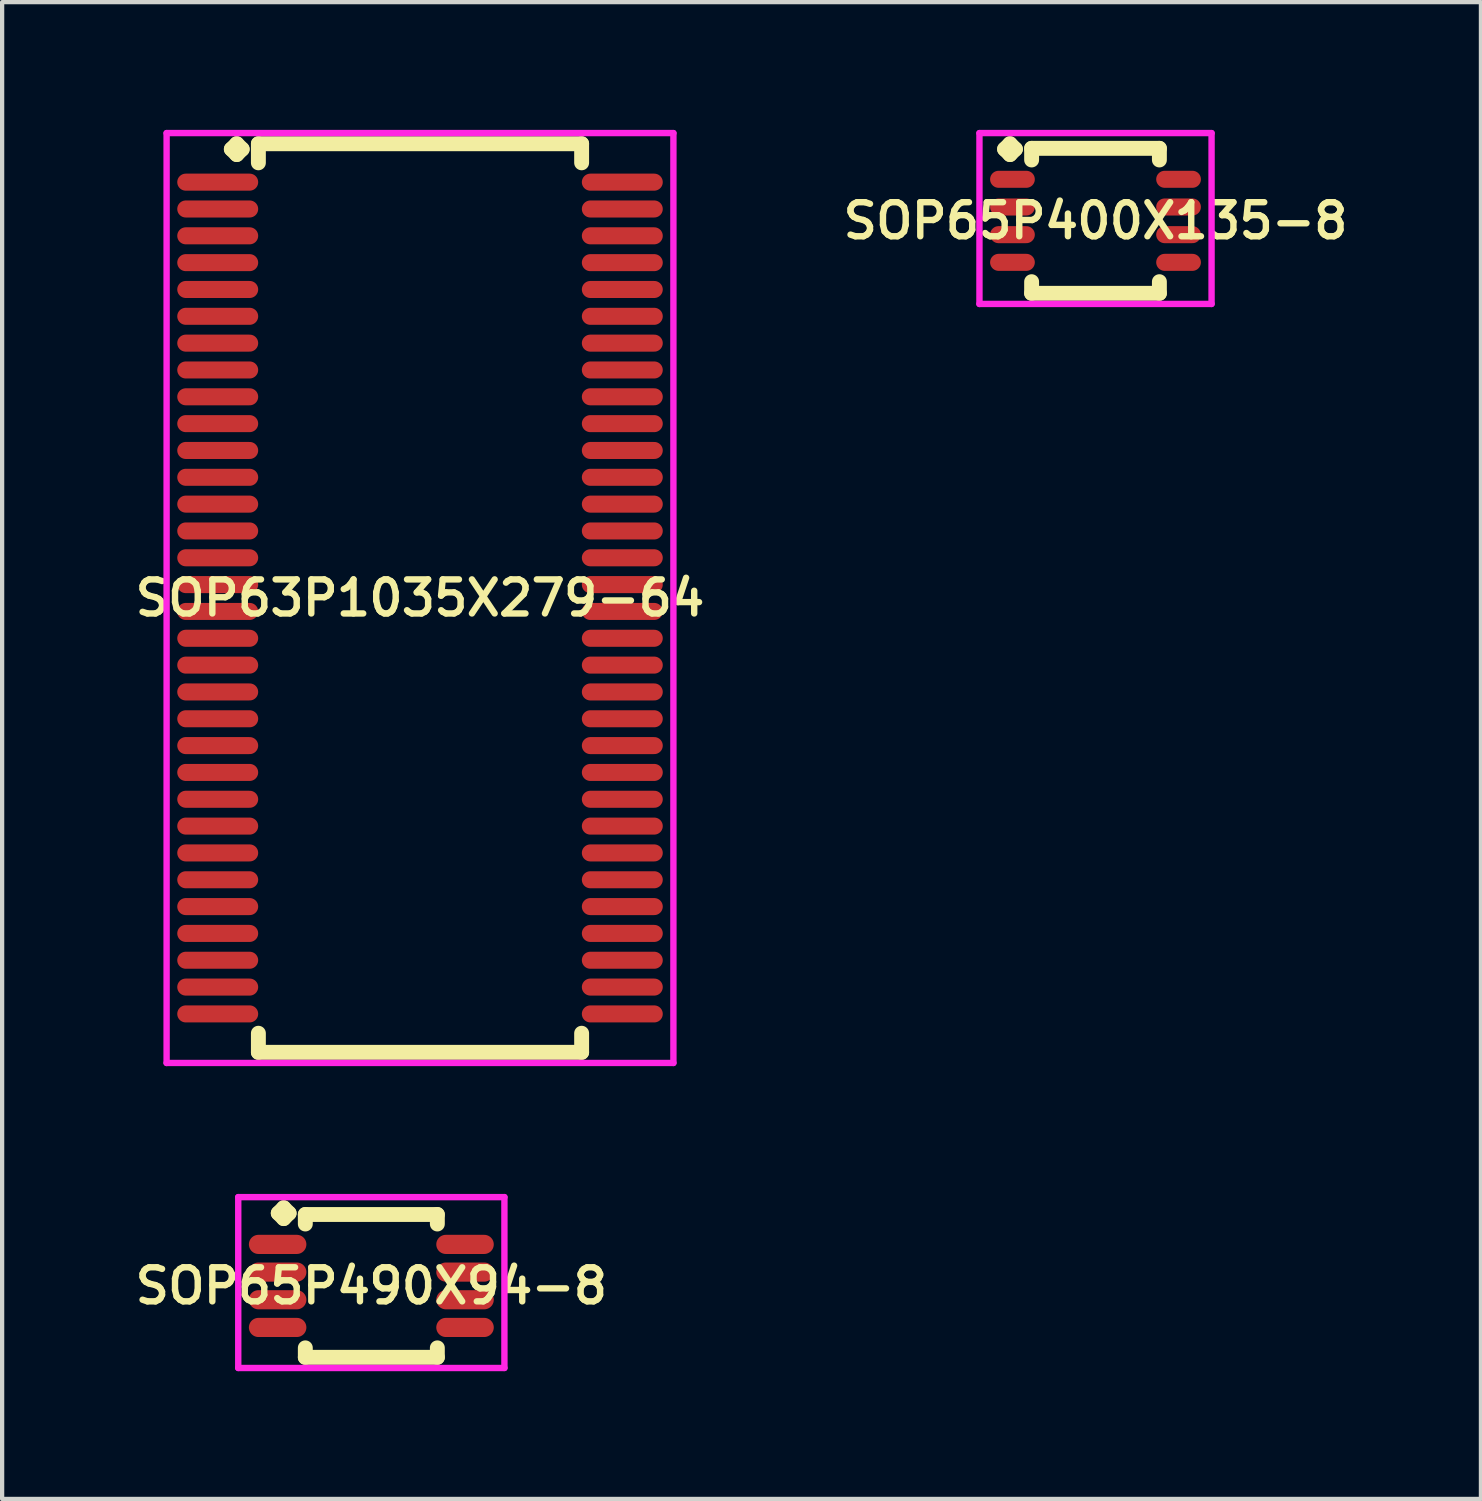
<source format=kicad_pcb>
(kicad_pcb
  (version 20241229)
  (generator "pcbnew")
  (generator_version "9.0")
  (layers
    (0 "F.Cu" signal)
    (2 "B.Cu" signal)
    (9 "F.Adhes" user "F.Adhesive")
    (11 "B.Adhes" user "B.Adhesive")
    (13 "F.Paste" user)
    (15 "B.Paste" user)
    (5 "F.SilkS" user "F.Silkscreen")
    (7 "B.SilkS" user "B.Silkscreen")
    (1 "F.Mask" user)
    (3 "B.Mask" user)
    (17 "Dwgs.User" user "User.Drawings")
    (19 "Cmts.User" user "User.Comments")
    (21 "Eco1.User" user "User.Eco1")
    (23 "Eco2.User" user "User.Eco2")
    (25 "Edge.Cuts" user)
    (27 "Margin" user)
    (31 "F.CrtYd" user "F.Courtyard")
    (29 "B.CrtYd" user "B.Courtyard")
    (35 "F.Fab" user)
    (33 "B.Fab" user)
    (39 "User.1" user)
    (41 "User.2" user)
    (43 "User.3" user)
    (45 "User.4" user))
  (footprint "SOP63P1035X279-64"
    (layer "F.Cu")
    (at 6.812 10.992)
    (property "Reference" "SOP63P1035X279-64" (at 0 0 0) (layer "F.SilkS") (effects (font (size 0.8 0.8) (thickness 0.15))))
    (attr smd)
    (fp_line (start -4.43 -10.54) (end -4.303 -10.667) (stroke (width 0.35) (type solid)) (layer "F.SilkS"))
    (fp_line (start -4.303 -10.667) (end -4.176 -10.54) (stroke (width 0.35) (type solid)) (layer "F.SilkS"))
    (fp_line (start -4.303 -10.413) (end -4.43 -10.54) (stroke (width 0.35) (type solid)) (layer "F.SilkS"))
    (fp_line (start -4.176 -10.54) (end -4.303 -10.413) (stroke (width 0.35) (type solid)) (layer "F.SilkS"))
    (fp_line (start -3.795 -10.667) (end 3.795 -10.667) (stroke (width 0.35) (type solid)) (layer "F.SilkS"))
    (fp_line (start -3.795 -10.219) (end -3.795 -10.667) (stroke (width 0.35) (type solid)) (layer "F.SilkS"))
    (fp_line (start -3.795 10.219) (end -3.795 10.667) (stroke (width 0.35) (type solid)) (layer "F.SilkS"))
    (fp_line (start -3.795 10.667) (end 3.795 10.667) (stroke (width 0.35) (type solid)) (layer "F.SilkS"))
    (fp_line (start 3.795 -10.667) (end 3.795 -10.219) (stroke (width 0.35) (type solid)) (layer "F.SilkS"))
    (fp_line (start 3.795 10.667) (end 3.795 10.219) (stroke (width 0.35) (type solid)) (layer "F.SilkS"))
    (fp_line (start -5.95 -10.917) (end 5.95 -10.917) (stroke (width 0.15) (type solid)) (layer "F.CrtYd"))
    (fp_line (start -5.95 10.917) (end -5.95 -10.917) (stroke (width 0.15) (type solid)) (layer "F.CrtYd"))
    (fp_line (start 5.95 -10.917) (end 5.95 10.917) (stroke (width 0.15) (type solid)) (layer "F.CrtYd"))
    (fp_line (start 5.95 10.917) (end -5.95 10.917) (stroke (width 0.15) (type solid)) (layer "F.CrtYd"))
    (pad "1" smd oval (at -4.75 -9.765) (size 1.9 0.4) (layers "F.Cu" "F.Mask" "F.Paste"))
    (pad "2" smd oval (at -4.75 -9.135) (size 1.9 0.4) (layers "F.Cu" "F.Mask" "F.Paste"))
    (pad "3" smd oval (at -4.75 -8.505) (size 1.9 0.4) (layers "F.Cu" "F.Mask" "F.Paste"))
    (pad "4" smd oval (at -4.75 -7.875) (size 1.9 0.4) (layers "F.Cu" "F.Mask" "F.Paste"))
    (pad "5" smd oval (at -4.75 -7.245) (size 1.9 0.4) (layers "F.Cu" "F.Mask" "F.Paste"))
    (pad "6" smd oval (at -4.75 -6.615) (size 1.9 0.4) (layers "F.Cu" "F.Mask" "F.Paste"))
    (pad "7" smd oval (at -4.75 -5.985) (size 1.9 0.4) (layers "F.Cu" "F.Mask" "F.Paste"))
    (pad "8" smd oval (at -4.75 -5.355) (size 1.9 0.4) (layers "F.Cu" "F.Mask" "F.Paste"))
    (pad "9" smd oval (at -4.75 -4.725) (size 1.9 0.4) (layers "F.Cu" "F.Mask" "F.Paste"))
    (pad "10" smd oval (at -4.75 -4.095) (size 1.9 0.4) (layers "F.Cu" "F.Mask" "F.Paste"))
    (pad "11" smd oval (at -4.75 -3.465) (size 1.9 0.4) (layers "F.Cu" "F.Mask" "F.Paste"))
    (pad "12" smd oval (at -4.75 -2.835) (size 1.9 0.4) (layers "F.Cu" "F.Mask" "F.Paste"))
    (pad "13" smd oval (at -4.75 -2.205) (size 1.9 0.4) (layers "F.Cu" "F.Mask" "F.Paste"))
    (pad "14" smd oval (at -4.75 -1.575) (size 1.9 0.4) (layers "F.Cu" "F.Mask" "F.Paste"))
    (pad "15" smd oval (at -4.75 -0.945) (size 1.9 0.4) (layers "F.Cu" "F.Mask" "F.Paste"))
    (pad "16" smd oval (at -4.75 -0.315) (size 1.9 0.4) (layers "F.Cu" "F.Mask" "F.Paste"))
    (pad "17" smd oval (at -4.75 0.315) (size 1.9 0.4) (layers "F.Cu" "F.Mask" "F.Paste"))
    (pad "18" smd oval (at -4.75 0.945) (size 1.9 0.4) (layers "F.Cu" "F.Mask" "F.Paste"))
    (pad "19" smd oval (at -4.75 1.575) (size 1.9 0.4) (layers "F.Cu" "F.Mask" "F.Paste"))
    (pad "20" smd oval (at -4.75 2.205) (size 1.9 0.4) (layers "F.Cu" "F.Mask" "F.Paste"))
    (pad "21" smd oval (at -4.75 2.835) (size 1.9 0.4) (layers "F.Cu" "F.Mask" "F.Paste"))
    (pad "22" smd oval (at -4.75 3.465) (size 1.9 0.4) (layers "F.Cu" "F.Mask" "F.Paste"))
    (pad "23" smd oval (at -4.75 4.095) (size 1.9 0.4) (layers "F.Cu" "F.Mask" "F.Paste"))
    (pad "24" smd oval (at -4.75 4.725) (size 1.9 0.4) (layers "F.Cu" "F.Mask" "F.Paste"))
    (pad "25" smd oval (at -4.75 5.355) (size 1.9 0.4) (layers "F.Cu" "F.Mask" "F.Paste"))
    (pad "26" smd oval (at -4.75 5.985) (size 1.9 0.4) (layers "F.Cu" "F.Mask" "F.Paste"))
    (pad "27" smd oval (at -4.75 6.615) (size 1.9 0.4) (layers "F.Cu" "F.Mask" "F.Paste"))
    (pad "28" smd oval (at -4.75 7.245) (size 1.9 0.4) (layers "F.Cu" "F.Mask" "F.Paste"))
    (pad "29" smd oval (at -4.75 7.875) (size 1.9 0.4) (layers "F.Cu" "F.Mask" "F.Paste"))
    (pad "30" smd oval (at -4.75 8.505) (size 1.9 0.4) (layers "F.Cu" "F.Mask" "F.Paste"))
    (pad "31" smd oval (at -4.75 9.135) (size 1.9 0.4) (layers "F.Cu" "F.Mask" "F.Paste"))
    (pad "32" smd oval (at -4.75 9.765) (size 1.9 0.4) (layers "F.Cu" "F.Mask" "F.Paste"))
    (pad "33" smd oval (at 4.75 9.765) (size 1.9 0.4) (layers "F.Cu" "F.Mask" "F.Paste"))
    (pad "34" smd oval (at 4.75 9.135) (size 1.9 0.4) (layers "F.Cu" "F.Mask" "F.Paste"))
    (pad "35" smd oval (at 4.75 8.505) (size 1.9 0.4) (layers "F.Cu" "F.Mask" "F.Paste"))
    (pad "36" smd oval (at 4.75 7.875) (size 1.9 0.4) (layers "F.Cu" "F.Mask" "F.Paste"))
    (pad "37" smd oval (at 4.75 7.245) (size 1.9 0.4) (layers "F.Cu" "F.Mask" "F.Paste"))
    (pad "38" smd oval (at 4.75 6.615) (size 1.9 0.4) (layers "F.Cu" "F.Mask" "F.Paste"))
    (pad "39" smd oval (at 4.75 5.985) (size 1.9 0.4) (layers "F.Cu" "F.Mask" "F.Paste"))
    (pad "40" smd oval (at 4.75 5.355) (size 1.9 0.4) (layers "F.Cu" "F.Mask" "F.Paste"))
    (pad "41" smd oval (at 4.75 4.725) (size 1.9 0.4) (layers "F.Cu" "F.Mask" "F.Paste"))
    (pad "42" smd oval (at 4.75 4.095) (size 1.9 0.4) (layers "F.Cu" "F.Mask" "F.Paste"))
    (pad "43" smd oval (at 4.75 3.465) (size 1.9 0.4) (layers "F.Cu" "F.Mask" "F.Paste"))
    (pad "44" smd oval (at 4.75 2.835) (size 1.9 0.4) (layers "F.Cu" "F.Mask" "F.Paste"))
    (pad "45" smd oval (at 4.75 2.205) (size 1.9 0.4) (layers "F.Cu" "F.Mask" "F.Paste"))
    (pad "46" smd oval (at 4.75 1.575) (size 1.9 0.4) (layers "F.Cu" "F.Mask" "F.Paste"))
    (pad "47" smd oval (at 4.75 0.945) (size 1.9 0.4) (layers "F.Cu" "F.Mask" "F.Paste"))
    (pad "48" smd oval (at 4.75 0.315) (size 1.9 0.4) (layers "F.Cu" "F.Mask" "F.Paste"))
    (pad "49" smd oval (at 4.75 -0.315) (size 1.9 0.4) (layers "F.Cu" "F.Mask" "F.Paste"))
    (pad "50" smd oval (at 4.75 -0.945) (size 1.9 0.4) (layers "F.Cu" "F.Mask" "F.Paste"))
    (pad "51" smd oval (at 4.75 -1.575) (size 1.9 0.4) (layers "F.Cu" "F.Mask" "F.Paste"))
    (pad "52" smd oval (at 4.75 -2.205) (size 1.9 0.4) (layers "F.Cu" "F.Mask" "F.Paste"))
    (pad "53" smd oval (at 4.75 -2.835) (size 1.9 0.4) (layers "F.Cu" "F.Mask" "F.Paste"))
    (pad "54" smd oval (at 4.75 -3.465) (size 1.9 0.4) (layers "F.Cu" "F.Mask" "F.Paste"))
    (pad "55" smd oval (at 4.75 -4.095) (size 1.9 0.4) (layers "F.Cu" "F.Mask" "F.Paste"))
    (pad "56" smd oval (at 4.75 -4.725) (size 1.9 0.4) (layers "F.Cu" "F.Mask" "F.Paste"))
    (pad "57" smd oval (at 4.75 -5.355) (size 1.9 0.4) (layers "F.Cu" "F.Mask" "F.Paste"))
    (pad "58" smd oval (at 4.75 -5.985) (size 1.9 0.4) (layers "F.Cu" "F.Mask" "F.Paste"))
    (pad "59" smd oval (at 4.75 -6.615) (size 1.9 0.4) (layers "F.Cu" "F.Mask" "F.Paste"))
    (pad "60" smd oval (at 4.75 -7.245) (size 1.9 0.4) (layers "F.Cu" "F.Mask" "F.Paste"))
    (pad "61" smd oval (at 4.75 -7.875) (size 1.9 0.4) (layers "F.Cu" "F.Mask" "F.Paste"))
    (pad "62" smd oval (at 4.75 -8.505) (size 1.9 0.4) (layers "F.Cu" "F.Mask" "F.Paste"))
    (pad "63" smd oval (at 4.75 -9.135) (size 1.9 0.4) (layers "F.Cu" "F.Mask" "F.Paste"))
    (pad "64" smd oval (at 4.75 -9.765) (size 1.9 0.4) (layers "F.Cu" "F.Mask" "F.Paste")))
  (footprint "SOP65P490X94-8"
    (layer "F.Cu")
    (at 5.669 27.144)
    (property "Reference" "SOP65P490X94-8" (at 0 0 0) (layer "F.SilkS") (effects (font (size 0.8 0.8) (thickness 0.15))))
    (attr smd)
    (fp_line (start -2.185 -1.708) (end -2.058 -1.835) (stroke (width 0.35) (type solid)) (layer "F.SilkS"))
    (fp_line (start -2.058 -1.835) (end -1.931 -1.708) (stroke (width 0.35) (type solid)) (layer "F.SilkS"))
    (fp_line (start -2.058 -1.581) (end -2.185 -1.708) (stroke (width 0.35) (type solid)) (layer "F.SilkS"))
    (fp_line (start -1.931 -1.708) (end -2.058 -1.581) (stroke (width 0.35) (type solid)) (layer "F.SilkS"))
    (fp_line (start -1.55 -1.677) (end 1.55 -1.677) (stroke (width 0.35) (type solid)) (layer "F.SilkS"))
    (fp_line (start -1.55 -1.454) (end -1.55 -1.677) (stroke (width 0.35) (type solid)) (layer "F.SilkS"))
    (fp_line (start -1.55 1.454) (end -1.55 1.677) (stroke (width 0.35) (type solid)) (layer "F.SilkS"))
    (fp_line (start -1.55 1.677) (end 1.55 1.677) (stroke (width 0.35) (type solid)) (layer "F.SilkS"))
    (fp_line (start 1.55 -1.677) (end 1.55 -1.454) (stroke (width 0.35) (type solid)) (layer "F.SilkS"))
    (fp_line (start 1.55 1.677) (end 1.55 1.454) (stroke (width 0.35) (type solid)) (layer "F.SilkS"))
    (fp_line (start -3.125 -2.085) (end 3.125 -2.085) (stroke (width 0.15) (type solid)) (layer "F.CrtYd"))
    (fp_line (start -3.125 1.927) (end -3.125 -2.085) (stroke (width 0.15) (type solid)) (layer "F.CrtYd"))
    (fp_line (start 3.125 -2.085) (end 3.125 1.927) (stroke (width 0.15) (type solid)) (layer "F.CrtYd"))
    (fp_line (start 3.125 1.927) (end -3.125 1.927) (stroke (width 0.15) (type solid)) (layer "F.CrtYd"))
    (pad "1" smd oval (at -2.2 -0.975) (size 1.35 0.45) (layers "F.Cu" "F.Mask" "F.Paste"))
    (pad "2" smd oval (at -2.2 -0.325) (size 1.35 0.45) (layers "F.Cu" "F.Mask" "F.Paste"))
    (pad "3" smd oval (at -2.2 0.325) (size 1.35 0.45) (layers "F.Cu" "F.Mask" "F.Paste"))
    (pad "4" smd oval (at -2.2 0.975) (size 1.35 0.45) (layers "F.Cu" "F.Mask" "F.Paste"))
    (pad "5" smd oval (at 2.2 0.975) (size 1.35 0.45) (layers "F.Cu" "F.Mask" "F.Paste"))
    (pad "6" smd oval (at 2.2 0.325) (size 1.35 0.45) (layers "F.Cu" "F.Mask" "F.Paste"))
    (pad "7" smd oval (at 2.2 -0.325) (size 1.35 0.45) (layers "F.Cu" "F.Mask" "F.Paste"))
    (pad "8" smd oval (at 2.2 -0.975) (size 1.35 0.45) (layers "F.Cu" "F.Mask" "F.Paste")))
  (footprint "SOP65P400X135-8"
    (layer "F.Cu")
    (at 22.673 2.135)
    (property "Reference" "SOP65P400X135-8" (at 0 0 0) (layer "F.SilkS") (effects (font (size 0.8 0.8) (thickness 0.15))))
    (attr smd)
    (fp_line (start -2.135 -1.683) (end -2.008 -1.81) (stroke (width 0.35) (type solid)) (layer "F.SilkS"))
    (fp_line (start -2.008 -1.81) (end -1.881 -1.683) (stroke (width 0.35) (type solid)) (layer "F.SilkS"))
    (fp_line (start -2.008 -1.556) (end -2.135 -1.683) (stroke (width 0.35) (type solid)) (layer "F.SilkS"))
    (fp_line (start -1.881 -1.683) (end -2.008 -1.556) (stroke (width 0.35) (type solid)) (layer "F.SilkS"))
    (fp_line (start -1.5 -1.702) (end 1.5 -1.702) (stroke (width 0.35) (type solid)) (layer "F.SilkS"))
    (fp_line (start -1.5 -1.429) (end -1.5 -1.702) (stroke (width 0.35) (type solid)) (layer "F.SilkS"))
    (fp_line (start -1.5 1.429) (end -1.5 1.702) (stroke (width 0.35) (type solid)) (layer "F.SilkS"))
    (fp_line (start -1.5 1.702) (end 1.5 1.702) (stroke (width 0.35) (type solid)) (layer "F.SilkS"))
    (fp_line (start 1.5 -1.702) (end 1.5 -1.429) (stroke (width 0.35) (type solid)) (layer "F.SilkS"))
    (fp_line (start 1.5 1.702) (end 1.5 1.429) (stroke (width 0.35) (type solid)) (layer "F.SilkS"))
    (fp_line (start -2.725 -2.06) (end 2.725 -2.06) (stroke (width 0.15) (type solid)) (layer "F.CrtYd"))
    (fp_line (start -2.725 1.952) (end -2.725 -2.06) (stroke (width 0.15) (type solid)) (layer "F.CrtYd"))
    (fp_line (start 2.725 -2.06) (end 2.725 1.952) (stroke (width 0.15) (type solid)) (layer "F.CrtYd"))
    (fp_line (start 2.725 1.952) (end -2.725 1.952) (stroke (width 0.15) (type solid)) (layer "F.CrtYd"))
    (pad "1" smd oval (at -1.95 -0.975) (size 1.05 0.4) (layers "F.Cu" "F.Mask" "F.Paste"))
    (pad "2" smd oval (at -1.95 -0.325) (size 1.05 0.4) (layers "F.Cu" "F.Mask" "F.Paste"))
    (pad "3" smd oval (at -1.95 0.325) (size 1.05 0.4) (layers "F.Cu" "F.Mask" "F.Paste"))
    (pad "4" smd oval (at -1.95 0.975) (size 1.05 0.4) (layers "F.Cu" "F.Mask" "F.Paste"))
    (pad "5" smd oval (at 1.95 0.975) (size 1.05 0.4) (layers "F.Cu" "F.Mask" "F.Paste"))
    (pad "6" smd oval (at 1.95 0.325) (size 1.05 0.4) (layers "F.Cu" "F.Mask" "F.Paste"))
    (pad "7" smd oval (at 1.95 -0.325) (size 1.05 0.4) (layers "F.Cu" "F.Mask" "F.Paste"))
    (pad "8" smd oval (at 1.95 -0.975) (size 1.05 0.4) (layers "F.Cu" "F.Mask" "F.Paste")))
  (gr_rect
    (start -3 -3)
    (end 31.723 32.146)
    (stroke (width 0.1) (type default))
    (fill no)
    (layer "Edge.Cuts")))
</source>
